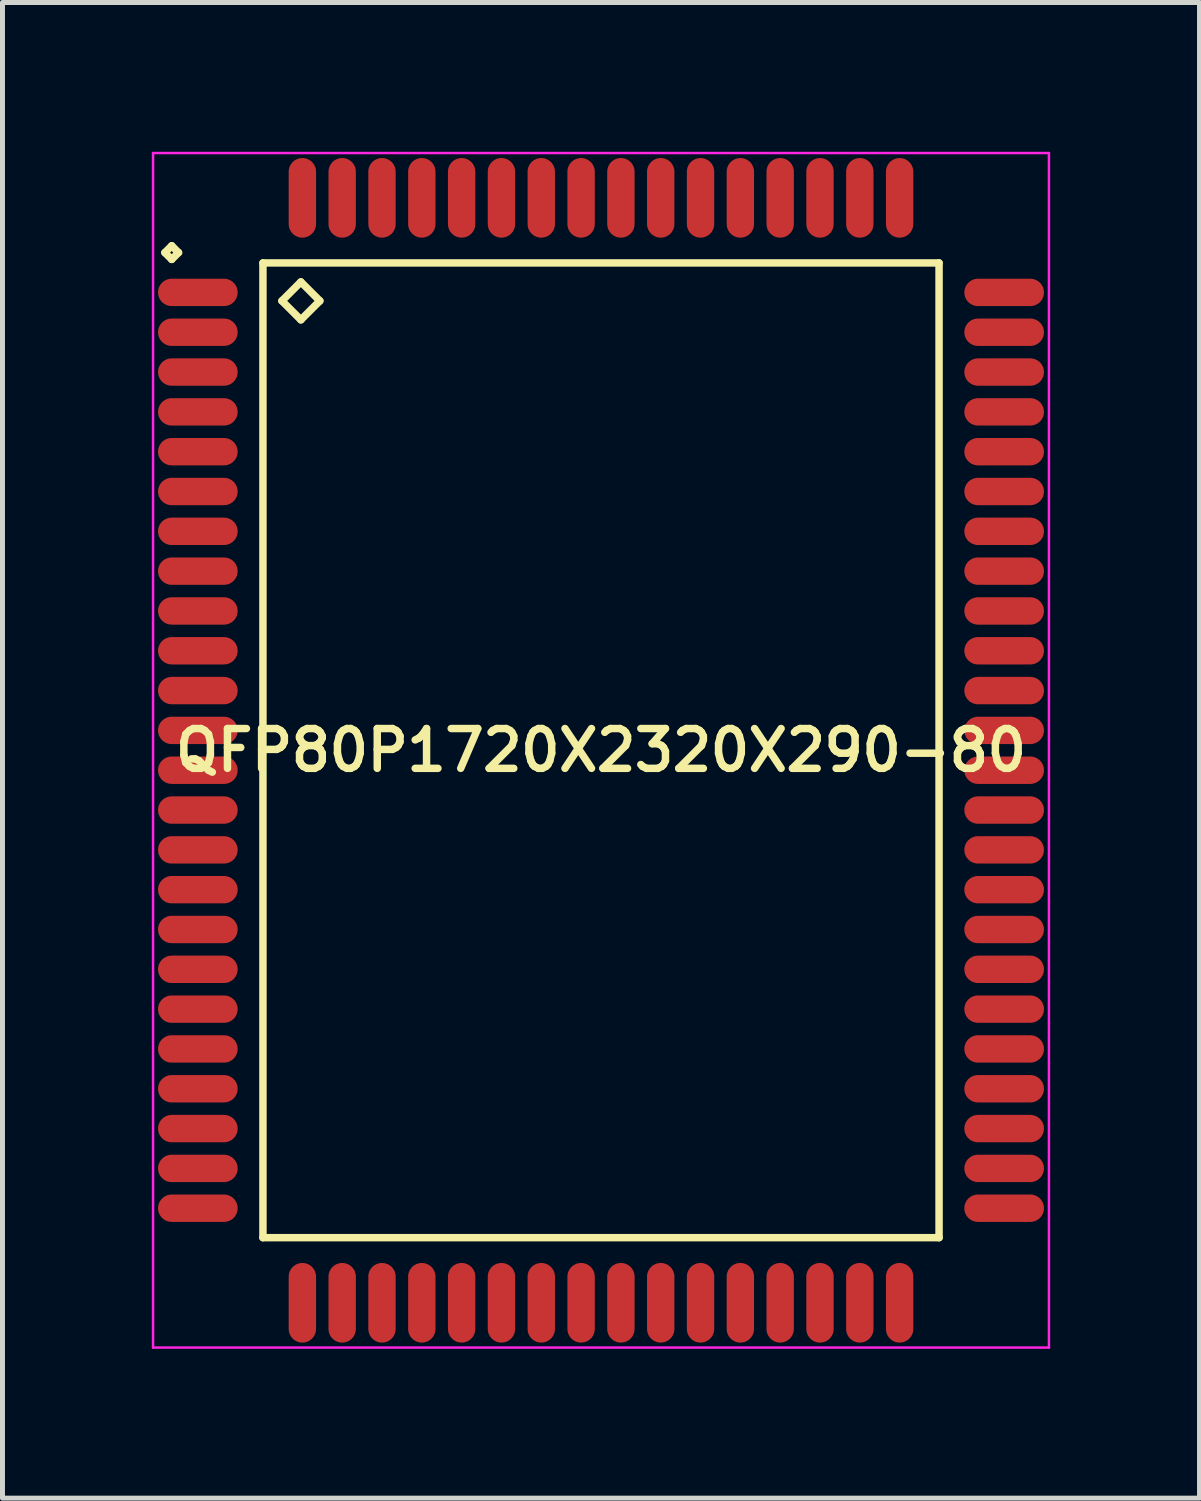
<source format=kicad_pcb>
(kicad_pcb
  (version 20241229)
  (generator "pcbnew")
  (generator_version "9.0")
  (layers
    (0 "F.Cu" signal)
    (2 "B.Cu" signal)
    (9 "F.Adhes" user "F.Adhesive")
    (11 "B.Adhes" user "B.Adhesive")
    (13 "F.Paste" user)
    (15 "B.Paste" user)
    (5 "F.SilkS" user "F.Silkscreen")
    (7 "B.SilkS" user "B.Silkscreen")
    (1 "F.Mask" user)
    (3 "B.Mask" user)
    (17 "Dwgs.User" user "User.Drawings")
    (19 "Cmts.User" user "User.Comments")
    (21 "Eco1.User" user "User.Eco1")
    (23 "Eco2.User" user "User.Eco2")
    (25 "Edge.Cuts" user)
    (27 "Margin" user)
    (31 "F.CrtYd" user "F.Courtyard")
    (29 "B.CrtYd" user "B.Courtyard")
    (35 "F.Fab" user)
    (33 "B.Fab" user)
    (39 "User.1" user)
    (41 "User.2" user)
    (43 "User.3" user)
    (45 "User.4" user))
  (footprint "QFP80P1720X2320X290-80"
    (layer "F.Cu")
    (at 9.025 12.025)
    (property "Reference" "QFP80P1720X2320X290-80" (at 0 0 0) (layer "F.SilkS") (effects (font (size 0.8 0.8) (thickness 0.15))))
    (attr smd)
    (fp_line (start -8.762 -10) (end -8.625 -10.137) (stroke (width 0.15) (type solid)) (layer "F.SilkS"))
    (fp_line (start -8.625 -10.137) (end -8.488 -10) (stroke (width 0.15) (type solid)) (layer "F.SilkS"))
    (fp_line (start -8.625 -9.863) (end -8.762 -10) (stroke (width 0.15) (type solid)) (layer "F.SilkS"))
    (fp_line (start -8.488 -10) (end -8.625 -9.863) (stroke (width 0.15) (type solid)) (layer "F.SilkS"))
    (fp_line (start -6.792 -9.792) (end -6.792 9.792) (stroke (width 0.15) (type solid)) (layer "F.SilkS"))
    (fp_line (start -6.792 9.792) (end 6.792 9.792) (stroke (width 0.15) (type solid)) (layer "F.SilkS"))
    (fp_line (start -6.411 -9.03) (end -6.03 -9.411) (stroke (width 0.15) (type solid)) (layer "F.SilkS"))
    (fp_line (start -6.03 -9.411) (end -5.649 -9.03) (stroke (width 0.15) (type solid)) (layer "F.SilkS"))
    (fp_line (start -6.03 -8.649) (end -6.411 -9.03) (stroke (width 0.15) (type solid)) (layer "F.SilkS"))
    (fp_line (start -5.649 -9.03) (end -6.03 -8.649) (stroke (width 0.15) (type solid)) (layer "F.SilkS"))
    (fp_line (start 6.792 -9.792) (end -6.792 -9.792) (stroke (width 0.15) (type solid)) (layer "F.SilkS"))
    (fp_line (start 6.792 9.792) (end 6.792 -9.792) (stroke (width 0.15) (type solid)) (layer "F.SilkS"))
    (fp_line (start -9 -12) (end 9 -12) (stroke (width 0.05) (type solid)) (layer "F.CrtYd"))
    (fp_line (start -9 12) (end -9 -12) (stroke (width 0.05) (type solid)) (layer "F.CrtYd"))
    (fp_line (start 9 -12) (end 9 12) (stroke (width 0.05) (type solid)) (layer "F.CrtYd"))
    (fp_line (start 9 12) (end -9 12) (stroke (width 0.05) (type solid)) (layer "F.CrtYd"))
    (pad "1" smd oval (at -8.1 -9.2) (size 1.6 0.55) (layers "F.Cu" "F.Mask" "F.Paste"))
    (pad "2" smd oval (at -8.1 -8.4) (size 1.6 0.55) (layers "F.Cu" "F.Mask" "F.Paste"))
    (pad "3" smd oval (at -8.1 -7.6) (size 1.6 0.55) (layers "F.Cu" "F.Mask" "F.Paste"))
    (pad "4" smd oval (at -8.1 -6.8) (size 1.6 0.55) (layers "F.Cu" "F.Mask" "F.Paste"))
    (pad "5" smd oval (at -8.1 -6) (size 1.6 0.55) (layers "F.Cu" "F.Mask" "F.Paste"))
    (pad "6" smd oval (at -8.1 -5.2) (size 1.6 0.55) (layers "F.Cu" "F.Mask" "F.Paste"))
    (pad "7" smd oval (at -8.1 -4.4) (size 1.6 0.55) (layers "F.Cu" "F.Mask" "F.Paste"))
    (pad "8" smd oval (at -8.1 -3.6) (size 1.6 0.55) (layers "F.Cu" "F.Mask" "F.Paste"))
    (pad "9" smd oval (at -8.1 -2.8) (size 1.6 0.55) (layers "F.Cu" "F.Mask" "F.Paste"))
    (pad "10" smd oval (at -8.1 -2) (size 1.6 0.55) (layers "F.Cu" "F.Mask" "F.Paste"))
    (pad "11" smd oval (at -8.1 -1.2) (size 1.6 0.55) (layers "F.Cu" "F.Mask" "F.Paste"))
    (pad "12" smd oval (at -8.1 -0.4) (size 1.6 0.55) (layers "F.Cu" "F.Mask" "F.Paste"))
    (pad "13" smd oval (at -8.1 0.4) (size 1.6 0.55) (layers "F.Cu" "F.Mask" "F.Paste"))
    (pad "14" smd oval (at -8.1 1.2) (size 1.6 0.55) (layers "F.Cu" "F.Mask" "F.Paste"))
    (pad "15" smd oval (at -8.1 2) (size 1.6 0.55) (layers "F.Cu" "F.Mask" "F.Paste"))
    (pad "16" smd oval (at -8.1 2.8) (size 1.6 0.55) (layers "F.Cu" "F.Mask" "F.Paste"))
    (pad "17" smd oval (at -8.1 3.6) (size 1.6 0.55) (layers "F.Cu" "F.Mask" "F.Paste"))
    (pad "18" smd oval (at -8.1 4.4) (size 1.6 0.55) (layers "F.Cu" "F.Mask" "F.Paste"))
    (pad "19" smd oval (at -8.1 5.2) (size 1.6 0.55) (layers "F.Cu" "F.Mask" "F.Paste"))
    (pad "20" smd oval (at -8.1 6) (size 1.6 0.55) (layers "F.Cu" "F.Mask" "F.Paste"))
    (pad "21" smd oval (at -8.1 6.8) (size 1.6 0.55) (layers "F.Cu" "F.Mask" "F.Paste"))
    (pad "22" smd oval (at -8.1 7.6) (size 1.6 0.55) (layers "F.Cu" "F.Mask" "F.Paste"))
    (pad "23" smd oval (at -8.1 8.4) (size 1.6 0.55) (layers "F.Cu" "F.Mask" "F.Paste"))
    (pad "24" smd oval (at -8.1 9.2) (size 1.6 0.55) (layers "F.Cu" "F.Mask" "F.Paste"))
    (pad "25" smd oval (at -6 11.1) (size 0.55 1.6) (layers "F.Cu" "F.Mask" "F.Paste"))
    (pad "26" smd oval (at -5.2 11.1) (size 0.55 1.6) (layers "F.Cu" "F.Mask" "F.Paste"))
    (pad "27" smd oval (at -4.4 11.1) (size 0.55 1.6) (layers "F.Cu" "F.Mask" "F.Paste"))
    (pad "28" smd oval (at -3.6 11.1) (size 0.55 1.6) (layers "F.Cu" "F.Mask" "F.Paste"))
    (pad "29" smd oval (at -2.8 11.1) (size 0.55 1.6) (layers "F.Cu" "F.Mask" "F.Paste"))
    (pad "30" smd oval (at -2 11.1) (size 0.55 1.6) (layers "F.Cu" "F.Mask" "F.Paste"))
    (pad "31" smd oval (at -1.2 11.1) (size 0.55 1.6) (layers "F.Cu" "F.Mask" "F.Paste"))
    (pad "32" smd oval (at -0.4 11.1) (size 0.55 1.6) (layers "F.Cu" "F.Mask" "F.Paste"))
    (pad "33" smd oval (at 0.4 11.1) (size 0.55 1.6) (layers "F.Cu" "F.Mask" "F.Paste"))
    (pad "34" smd oval (at 1.2 11.1) (size 0.55 1.6) (layers "F.Cu" "F.Mask" "F.Paste"))
    (pad "35" smd oval (at 2 11.1) (size 0.55 1.6) (layers "F.Cu" "F.Mask" "F.Paste"))
    (pad "36" smd oval (at 2.8 11.1) (size 0.55 1.6) (layers "F.Cu" "F.Mask" "F.Paste"))
    (pad "37" smd oval (at 3.6 11.1) (size 0.55 1.6) (layers "F.Cu" "F.Mask" "F.Paste"))
    (pad "38" smd oval (at 4.4 11.1) (size 0.55 1.6) (layers "F.Cu" "F.Mask" "F.Paste"))
    (pad "39" smd oval (at 5.2 11.1) (size 0.55 1.6) (layers "F.Cu" "F.Mask" "F.Paste"))
    (pad "40" smd oval (at 6 11.1) (size 0.55 1.6) (layers "F.Cu" "F.Mask" "F.Paste"))
    (pad "41" smd oval (at 8.1 9.2) (size 1.6 0.55) (layers "F.Cu" "F.Mask" "F.Paste"))
    (pad "42" smd oval (at 8.1 8.4) (size 1.6 0.55) (layers "F.Cu" "F.Mask" "F.Paste"))
    (pad "43" smd oval (at 8.1 7.6) (size 1.6 0.55) (layers "F.Cu" "F.Mask" "F.Paste"))
    (pad "44" smd oval (at 8.1 6.8) (size 1.6 0.55) (layers "F.Cu" "F.Mask" "F.Paste"))
    (pad "45" smd oval (at 8.1 6) (size 1.6 0.55) (layers "F.Cu" "F.Mask" "F.Paste"))
    (pad "46" smd oval (at 8.1 5.2) (size 1.6 0.55) (layers "F.Cu" "F.Mask" "F.Paste"))
    (pad "47" smd oval (at 8.1 4.4) (size 1.6 0.55) (layers "F.Cu" "F.Mask" "F.Paste"))
    (pad "48" smd oval (at 8.1 3.6) (size 1.6 0.55) (layers "F.Cu" "F.Mask" "F.Paste"))
    (pad "49" smd oval (at 8.1 2.8) (size 1.6 0.55) (layers "F.Cu" "F.Mask" "F.Paste"))
    (pad "50" smd oval (at 8.1 2) (size 1.6 0.55) (layers "F.Cu" "F.Mask" "F.Paste"))
    (pad "51" smd oval (at 8.1 1.2) (size 1.6 0.55) (layers "F.Cu" "F.Mask" "F.Paste"))
    (pad "52" smd oval (at 8.1 0.4) (size 1.6 0.55) (layers "F.Cu" "F.Mask" "F.Paste"))
    (pad "53" smd oval (at 8.1 -0.4) (size 1.6 0.55) (layers "F.Cu" "F.Mask" "F.Paste"))
    (pad "54" smd oval (at 8.1 -1.2) (size 1.6 0.55) (layers "F.Cu" "F.Mask" "F.Paste"))
    (pad "55" smd oval (at 8.1 -2) (size 1.6 0.55) (layers "F.Cu" "F.Mask" "F.Paste"))
    (pad "56" smd oval (at 8.1 -2.8) (size 1.6 0.55) (layers "F.Cu" "F.Mask" "F.Paste"))
    (pad "57" smd oval (at 8.1 -3.6) (size 1.6 0.55) (layers "F.Cu" "F.Mask" "F.Paste"))
    (pad "58" smd oval (at 8.1 -4.4) (size 1.6 0.55) (layers "F.Cu" "F.Mask" "F.Paste"))
    (pad "59" smd oval (at 8.1 -5.2) (size 1.6 0.55) (layers "F.Cu" "F.Mask" "F.Paste"))
    (pad "60" smd oval (at 8.1 -6) (size 1.6 0.55) (layers "F.Cu" "F.Mask" "F.Paste"))
    (pad "61" smd oval (at 8.1 -6.8) (size 1.6 0.55) (layers "F.Cu" "F.Mask" "F.Paste"))
    (pad "62" smd oval (at 8.1 -7.6) (size 1.6 0.55) (layers "F.Cu" "F.Mask" "F.Paste"))
    (pad "63" smd oval (at 8.1 -8.4) (size 1.6 0.55) (layers "F.Cu" "F.Mask" "F.Paste"))
    (pad "64" smd oval (at 8.1 -9.2) (size 1.6 0.55) (layers "F.Cu" "F.Mask" "F.Paste"))
    (pad "65" smd oval (at 6 -11.1) (size 0.55 1.6) (layers "F.Cu" "F.Mask" "F.Paste"))
    (pad "66" smd oval (at 5.2 -11.1) (size 0.55 1.6) (layers "F.Cu" "F.Mask" "F.Paste"))
    (pad "67" smd oval (at 4.4 -11.1) (size 0.55 1.6) (layers "F.Cu" "F.Mask" "F.Paste"))
    (pad "68" smd oval (at 3.6 -11.1) (size 0.55 1.6) (layers "F.Cu" "F.Mask" "F.Paste"))
    (pad "69" smd oval (at 2.8 -11.1) (size 0.55 1.6) (layers "F.Cu" "F.Mask" "F.Paste"))
    (pad "70" smd oval (at 2 -11.1) (size 0.55 1.6) (layers "F.Cu" "F.Mask" "F.Paste"))
    (pad "71" smd oval (at 1.2 -11.1) (size 0.55 1.6) (layers "F.Cu" "F.Mask" "F.Paste"))
    (pad "72" smd oval (at 0.4 -11.1) (size 0.55 1.6) (layers "F.Cu" "F.Mask" "F.Paste"))
    (pad "73" smd oval (at -0.4 -11.1) (size 0.55 1.6) (layers "F.Cu" "F.Mask" "F.Paste"))
    (pad "74" smd oval (at -1.2 -11.1) (size 0.55 1.6) (layers "F.Cu" "F.Mask" "F.Paste"))
    (pad "75" smd oval (at -2 -11.1) (size 0.55 1.6) (layers "F.Cu" "F.Mask" "F.Paste"))
    (pad "76" smd oval (at -2.8 -11.1) (size 0.55 1.6) (layers "F.Cu" "F.Mask" "F.Paste"))
    (pad "77" smd oval (at -3.6 -11.1) (size 0.55 1.6) (layers "F.Cu" "F.Mask" "F.Paste"))
    (pad "78" smd oval (at -4.4 -11.1) (size 0.55 1.6) (layers "F.Cu" "F.Mask" "F.Paste"))
    (pad "79" smd oval (at -5.2 -11.1) (size 0.55 1.6) (layers "F.Cu" "F.Mask" "F.Paste"))
    (pad "80" smd oval (at -6 -11.1) (size 0.55 1.6) (layers "F.Cu" "F.Mask" "F.Paste")))
  (gr_rect
    (start -3 -3)
    (end 21.05 27.05)
    (stroke (width 0.1) (type default))
    (fill no)
    (layer "Edge.Cuts")))
</source>
